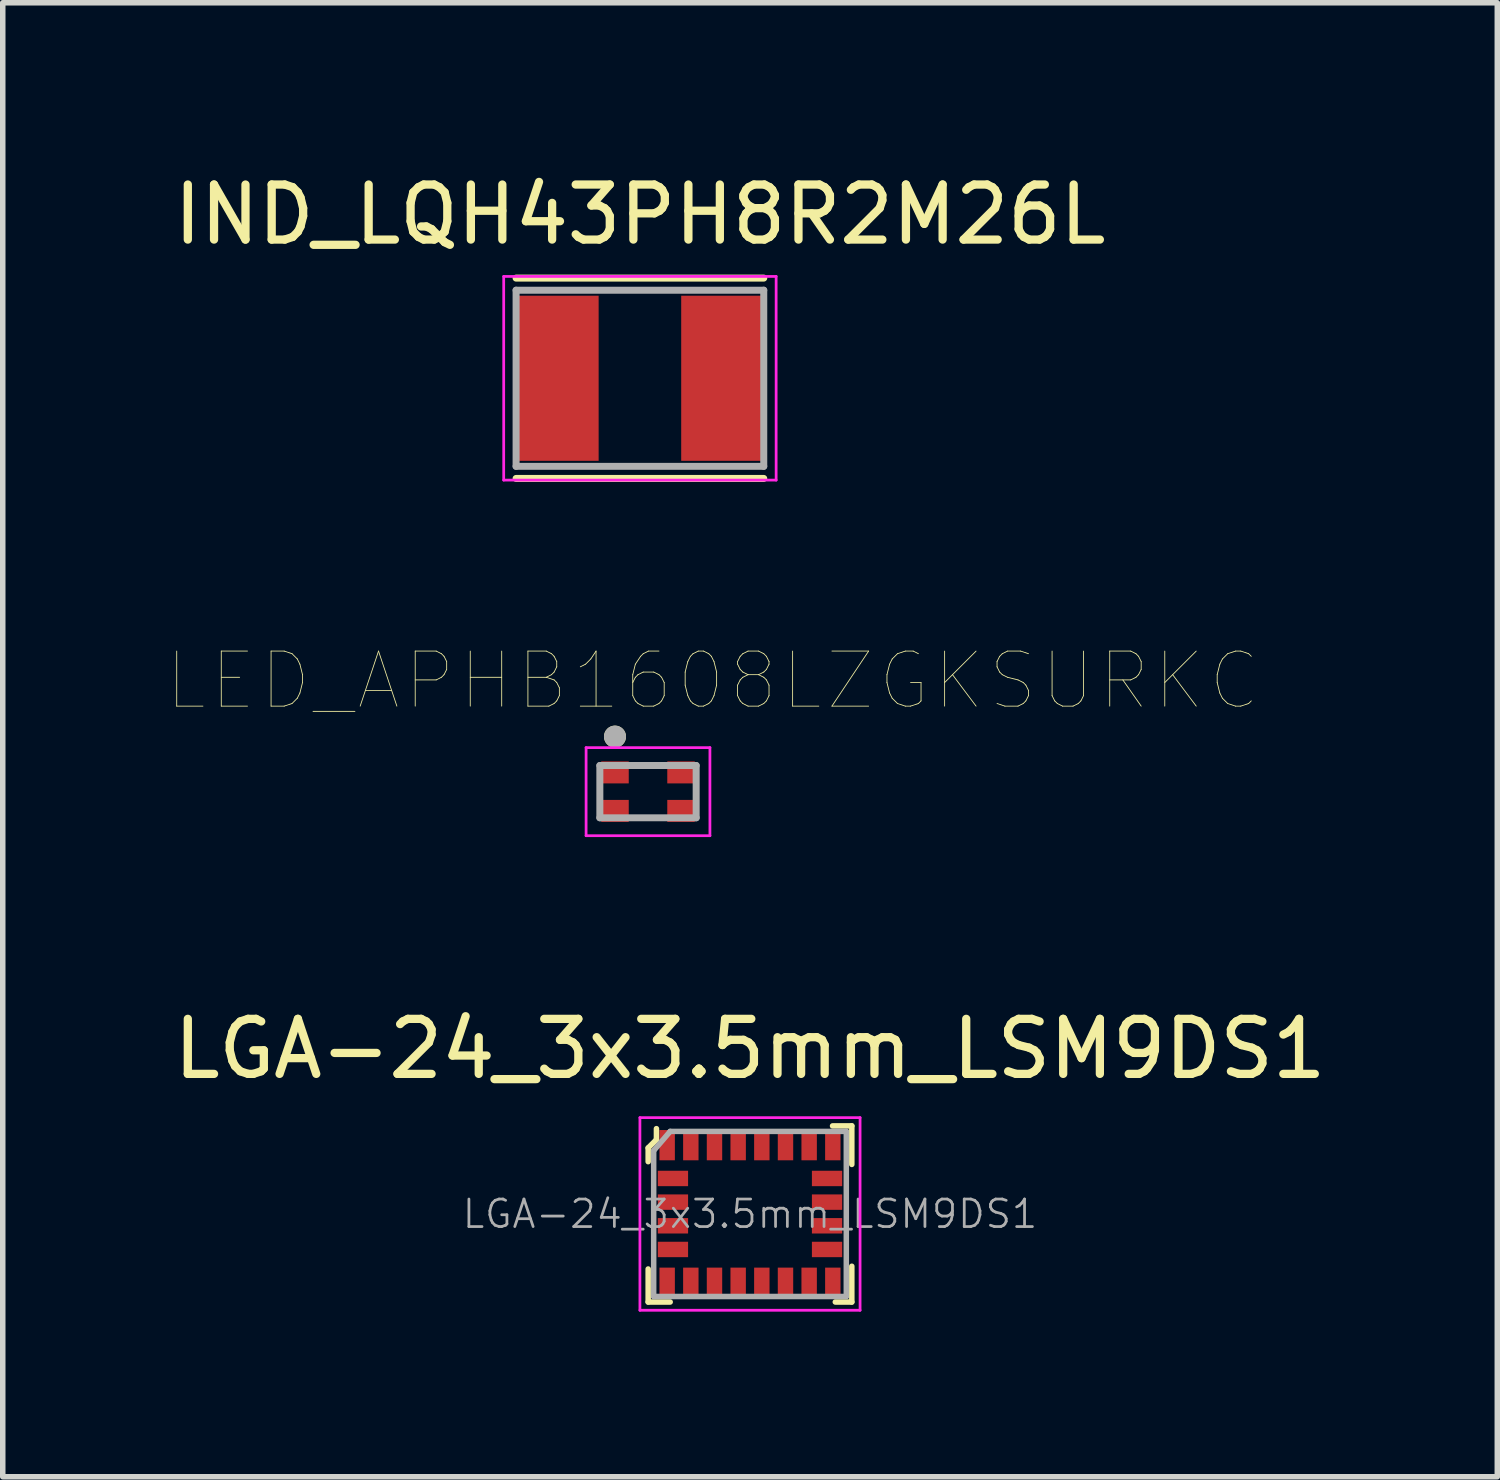
<source format=kicad_pcb>
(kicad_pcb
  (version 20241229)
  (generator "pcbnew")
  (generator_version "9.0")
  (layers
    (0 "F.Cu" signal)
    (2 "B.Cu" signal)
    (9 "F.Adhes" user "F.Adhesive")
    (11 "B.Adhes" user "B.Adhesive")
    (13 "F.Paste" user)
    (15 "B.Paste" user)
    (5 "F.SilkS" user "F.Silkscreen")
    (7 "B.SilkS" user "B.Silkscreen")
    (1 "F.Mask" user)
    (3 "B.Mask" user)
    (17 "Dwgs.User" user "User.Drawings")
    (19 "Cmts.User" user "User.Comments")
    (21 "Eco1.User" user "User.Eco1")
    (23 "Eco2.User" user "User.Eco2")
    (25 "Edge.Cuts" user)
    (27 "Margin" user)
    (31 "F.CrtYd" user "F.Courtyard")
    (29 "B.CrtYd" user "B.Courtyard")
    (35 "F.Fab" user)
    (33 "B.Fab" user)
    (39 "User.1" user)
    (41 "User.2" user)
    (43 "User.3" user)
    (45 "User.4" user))
  (footprint "IND_LQH43PH8R2M26L"
    (layer "F.Cu")
    (at 8.577 3.823)
    (property "Reference" "IND_LQH43PH8R2M26L" (at 0 -2.975 0) (layer "F.SilkS") (effects (font (size 1 1) (thickness 0.15))))
    (attr through_hole)
    (fp_poly (pts (xy -0.65 1.6) (xy -0.65 -1.6) (xy -2.35 -1.6) (xy -2.35 -0.85) (xy -2.35 0.85) (xy -2.35 1.6)) (stroke (width 0.01) (type solid)) (fill yes) (layer "F.Mask"))
    (fp_poly (pts (xy 0.65 1.6) (xy 0.65 -1.6) (xy 2.35 -1.6) (xy 2.35 -0.85) (xy 2.35 0.85) (xy 2.35 1.6)) (stroke (width 0.01) (type solid)) (fill yes) (layer "F.Mask"))
    (fp_line (start -2.25 -1.82) (end 2.25 -1.82) (stroke (width 0.127) (type solid)) (layer "F.SilkS"))
    (fp_line (start -2.25 1.82) (end 2.25 1.82) (stroke (width 0.127) (type solid)) (layer "F.SilkS"))
    (fp_poly (pts (xy -0.75 1.5) (xy -0.75 -1.5) (xy -2.25 -1.5) (xy -2.25 -0.75) (xy -2.25 0.75) (xy -2.25 1.5)) (stroke (width 0.01) (type solid)) (fill yes) (layer "F.Paste"))
    (fp_poly (pts (xy 0.75 1.5) (xy 0.75 -1.5) (xy 2.25 -1.5) (xy 2.25 -0.75) (xy 2.25 0.75) (xy 2.25 1.5)) (stroke (width 0.01) (type solid)) (fill yes) (layer "F.Paste"))
    (fp_line (start -2.475 -1.85) (end 2.475 -1.85) (stroke (width 0.05) (type solid)) (layer "F.CrtYd"))
    (fp_line (start -2.475 1.85) (end -2.475 -1.85) (stroke (width 0.05) (type solid)) (layer "F.CrtYd"))
    (fp_line (start 2.475 -1.85) (end 2.475 1.85) (stroke (width 0.05) (type solid)) (layer "F.CrtYd"))
    (fp_line (start 2.475 1.85) (end -2.475 1.85) (stroke (width 0.05) (type solid)) (layer "F.CrtYd"))
    (fp_line (start -2.25 -1.6) (end 2.25 -1.6) (stroke (width 0.127) (type solid)) (layer "F.Fab"))
    (fp_line (start -2.25 1.6) (end -2.25 -1.6) (stroke (width 0.127) (type solid)) (layer "F.Fab"))
    (fp_line (start 2.25 -1.6) (end 2.25 1.6) (stroke (width 0.127) (type solid)) (layer "F.Fab"))
    (fp_line (start 2.25 1.6) (end -2.25 1.6) (stroke (width 0.127) (type solid)) (layer "F.Fab"))
    (pad "1" smd rect (at -1.5 0) (size 1.5 3) (layers "F.Cu"))
    (pad "2" smd rect (at 1.5 0) (size 1.5 3) (layers "F.Cu")))
  (footprint "LED_APHB1608LZGKSURKC"
    (layer "F.Cu")
    (at 8.724 11.334)
    (property "Reference" "LED_APHB1608LZGKSURKC" (at 1.175 -2.016 0) (layer "F.SilkS") (effects (font (size 1 1) (thickness 0.015))))
    (attr through_hole)
    (fp_circle (center -0.6 -1) (end -0.5 -1) (stroke (width 0.2) (type solid)) (fill no) (layer "F.SilkS"))
    (fp_line (start -1.125 -0.8) (end 1.125 -0.8) (stroke (width 0.05) (type solid)) (layer "F.CrtYd"))
    (fp_line (start -1.125 0.8) (end -1.125 -0.8) (stroke (width 0.05) (type solid)) (layer "F.CrtYd"))
    (fp_line (start 1.125 -0.8) (end 1.125 0.8) (stroke (width 0.05) (type solid)) (layer "F.CrtYd"))
    (fp_line (start 1.125 0.8) (end -1.125 0.8) (stroke (width 0.05) (type solid)) (layer "F.CrtYd"))
    (fp_line (start -0.875 -0.475) (end 0.875 -0.475) (stroke (width 0.127) (type solid)) (layer "F.Fab"))
    (fp_line (start -0.875 0.475) (end -0.875 -0.475) (stroke (width 0.127) (type solid)) (layer "F.Fab"))
    (fp_line (start 0.875 -0.475) (end 0.875 0.475) (stroke (width 0.127) (type solid)) (layer "F.Fab"))
    (fp_line (start 0.875 0.475) (end -0.875 0.475) (stroke (width 0.127) (type solid)) (layer "F.Fab"))
    (fp_circle (center -0.6 -1) (end -0.5 -1) (stroke (width 0.2) (type solid)) (fill no) (layer "F.Fab"))
    (pad "1" smd rect (at -0.6 -0.35) (size 0.5 0.4) (layers "F.Cu" "F.Mask" "F.Paste"))
    (pad "2" smd rect (at 0.6 -0.35) (size 0.5 0.4) (layers "F.Cu" "F.Mask" "F.Paste"))
    (pad "3" smd rect (at -0.6 0.35) (size 0.5 0.4) (layers "F.Cu" "F.Mask" "F.Paste"))
    (pad "4" smd rect (at 0.6 0.35) (size 0.5 0.4) (layers "F.Cu" "F.Mask" "F.Paste")))
  (footprint "LGA-24_3x3.5mm_LSM9DS1"
    (layer "F.Cu")
    (at 10.577 19.007)
    (property "Reference" "LGA-24_3x3.5mm_LSM9DS1" (at 0 -3 0) (layer "F.SilkS") (effects (font (size 1 1) (thickness 0.15))))
    (attr smd)
    (fp_line (start -1.85 -1.2) (end -1.85 -0.95) (stroke (width 0.1) (type solid)) (layer "F.SilkS"))
    (fp_line (start -1.85 1) (end -1.85 1.6) (stroke (width 0.1) (type solid)) (layer "F.SilkS"))
    (fp_line (start -1.85 1.6) (end -1.45 1.6) (stroke (width 0.1) (type solid)) (layer "F.SilkS"))
    (fp_line (start -1.7 -1.55) (end -1.7 -1.35) (stroke (width 0.1) (type solid)) (layer "F.SilkS"))
    (fp_line (start -1.7 -1.35) (end -1.85 -1.2) (stroke (width 0.1) (type solid)) (layer "F.SilkS"))
    (fp_line (start 1.5 -1.6) (end 1.85 -1.6) (stroke (width 0.1) (type solid)) (layer "F.SilkS"))
    (fp_line (start 1.85 -1.6) (end 1.85 -0.9) (stroke (width 0.1) (type solid)) (layer "F.SilkS"))
    (fp_line (start 1.85 0.95) (end 1.85 1.6) (stroke (width 0.1) (type solid)) (layer "F.SilkS"))
    (fp_line (start 1.85 1.6) (end 1.55 1.6) (stroke (width 0.1) (type solid)) (layer "F.SilkS"))
    (fp_line (start -2 -1.75) (end -2 1.75) (stroke (width 0.05) (type solid)) (layer "F.CrtYd"))
    (fp_line (start -2 -1.75) (end 2 -1.75) (stroke (width 0.05) (type solid)) (layer "F.CrtYd"))
    (fp_line (start -2 1.75) (end 2 1.75) (stroke (width 0.05) (type solid)) (layer "F.CrtYd"))
    (fp_line (start 2 -1.75) (end 2 1.75) (stroke (width 0.05) (type solid)) (layer "F.CrtYd"))
    (fp_line (start -1.75 -1.15) (end -1.45 -1.5) (stroke (width 0.1) (type solid)) (layer "F.Fab"))
    (fp_line (start -1.75 1.5) (end -1.75 -1.15) (stroke (width 0.1) (type solid)) (layer "F.Fab"))
    (fp_line (start -1.75 1.5) (end 1.75 1.5) (stroke (width 0.1) (type solid)) (layer "F.Fab"))
    (fp_line (start -1.45 -1.5) (end 1.75 -1.5) (stroke (width 0.1) (type solid)) (layer "F.Fab"))
    (fp_line (start 1.75 -1.5) (end 1.75 1.5) (stroke (width 0.1) (type solid)) (layer "F.Fab"))
    (fp_text user "${REFERENCE}" (at 0 0 0) (layer "F.Fab") (effects (font (size 0.5 0.5) (thickness 0.05))))
    (pad "1" smd rect (at -1.505 -1.25) (size 0.28 0.55) (layers "F.Cu" "F.Mask" "F.Paste"))
    (pad "2" smd rect (at -1.4 -0.645) (size 0.55 0.28) (layers "F.Cu" "F.Mask" "F.Paste"))
    (pad "3" smd rect (at -1.4 -0.215) (size 0.55 0.28) (layers "F.Cu" "F.Mask" "F.Paste"))
    (pad "4" smd rect (at -1.4 0.215) (size 0.55 0.28) (layers "F.Cu" "F.Mask" "F.Paste"))
    (pad "5" smd rect (at -1.4 0.645) (size 0.55 0.28) (layers "F.Cu" "F.Mask" "F.Paste"))
    (pad "6" smd rect (at -1.505 1.25) (size 0.28 0.55) (layers "F.Cu" "F.Mask" "F.Paste"))
    (pad "7" smd rect (at -1.075 1.25) (size 0.28 0.55) (layers "F.Cu" "F.Mask" "F.Paste"))
    (pad "8" smd rect (at -0.645 1.25) (size 0.28 0.55) (layers "F.Cu" "F.Mask" "F.Paste"))
    (pad "9" smd rect (at -0.215 1.25) (size 0.28 0.55) (layers "F.Cu" "F.Mask" "F.Paste"))
    (pad "10" smd rect (at 0.215 1.25) (size 0.28 0.55) (layers "F.Cu" "F.Mask" "F.Paste"))
    (pad "11" smd rect (at 0.645 1.25) (size 0.28 0.55) (layers "F.Cu" "F.Mask" "F.Paste"))
    (pad "12" smd rect (at 1.075 1.25) (size 0.28 0.55) (layers "F.Cu" "F.Mask" "F.Paste"))
    (pad "13" smd rect (at 1.505 1.25) (size 0.28 0.55) (layers "F.Cu" "F.Mask" "F.Paste"))
    (pad "14" smd rect (at 1.4 0.645) (size 0.55 0.28) (layers "F.Cu" "F.Mask" "F.Paste"))
    (pad "15" smd rect (at 1.4 0.215) (size 0.55 0.28) (layers "F.Cu" "F.Mask" "F.Paste"))
    (pad "16" smd rect (at 1.4 -0.215) (size 0.55 0.28) (layers "F.Cu" "F.Mask" "F.Paste"))
    (pad "17" smd rect (at 1.4 -0.645) (size 0.55 0.28) (layers "F.Cu" "F.Mask" "F.Paste"))
    (pad "18" smd rect (at 1.505 -1.25) (size 0.28 0.55) (layers "F.Cu" "F.Mask" "F.Paste"))
    (pad "19" smd rect (at 1.075 -1.25) (size 0.28 0.55) (layers "F.Cu" "F.Mask" "F.Paste"))
    (pad "20" smd rect (at 0.645 -1.25) (size 0.28 0.55) (layers "F.Cu" "F.Mask" "F.Paste"))
    (pad "21" smd rect (at 0.215 -1.25) (size 0.28 0.55) (layers "F.Cu" "F.Mask" "F.Paste"))
    (pad "22" smd rect (at -0.215 -1.25) (size 0.28 0.55) (layers "F.Cu" "F.Mask" "F.Paste"))
    (pad "23" smd rect (at -0.645 -1.25) (size 0.28 0.55) (layers "F.Cu" "F.Mask" "F.Paste"))
    (pad "24" smd rect (at -1.075 -1.25) (size 0.28 0.55) (layers "F.Cu" "F.Mask" "F.Paste")))
  (gr_rect
    (start -3 -3)
    (end 24.155 23.782)
    (stroke (width 0.1) (type default))
    (fill no)
    (layer "Edge.Cuts")))
</source>
